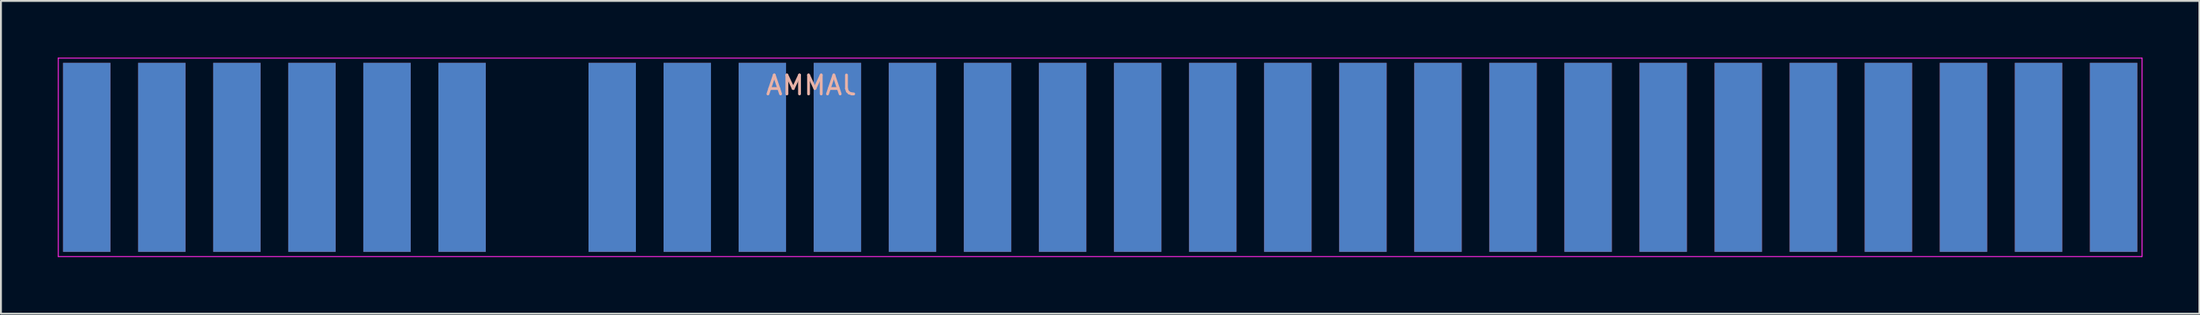
<source format=kicad_pcb>
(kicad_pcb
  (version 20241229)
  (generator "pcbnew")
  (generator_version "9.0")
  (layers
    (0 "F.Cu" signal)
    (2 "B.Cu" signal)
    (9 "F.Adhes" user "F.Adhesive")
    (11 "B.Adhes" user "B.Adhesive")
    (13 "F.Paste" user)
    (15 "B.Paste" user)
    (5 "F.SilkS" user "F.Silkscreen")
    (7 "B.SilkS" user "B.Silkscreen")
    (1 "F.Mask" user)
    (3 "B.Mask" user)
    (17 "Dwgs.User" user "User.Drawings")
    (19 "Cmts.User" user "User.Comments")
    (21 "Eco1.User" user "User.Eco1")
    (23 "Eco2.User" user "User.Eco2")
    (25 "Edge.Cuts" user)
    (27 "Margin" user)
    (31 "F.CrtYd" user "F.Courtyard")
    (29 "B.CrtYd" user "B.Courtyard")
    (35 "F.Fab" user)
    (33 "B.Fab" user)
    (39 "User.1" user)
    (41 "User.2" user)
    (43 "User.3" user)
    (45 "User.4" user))
  (footprint "JAMMA"
    (layer "F.Cu")
    (at 54.985 5.275)
    (property "Reference" "JAMMA" (at -15.24 -3.81 0) (layer "B.SilkS") (effects (font (size 1 1) (thickness 0.15)) (justify mirror)))
    (attr smd)
    (fp_line (start -54.96 -5.25) (end 54.96 -5.25) (stroke (width 0.05) (type solid)) (layer "F.CrtYd"))
    (fp_line (start -54.96 5.25) (end -54.96 -5.25) (stroke (width 0.05) (type solid)) (layer "F.CrtYd"))
    (fp_line (start 54.96 -5.25) (end 54.96 5.25) (stroke (width 0.05) (type solid)) (layer "F.CrtYd"))
    (fp_line (start 54.96 5.25) (end -54.96 5.25) (stroke (width 0.05) (type solid)) (layer "F.CrtYd"))
    (pad "1" smd rect (at -53.46 0) (size 2.5 10) (layers "F.Cu" "F.Mask" "F.Paste"))
    (pad "2" smd rect (at -49.5 0) (size 2.5 10) (layers "F.Cu" "F.Mask" "F.Paste"))
    (pad "3" smd rect (at -45.54 0) (size 2.5 10) (layers "F.Cu" "F.Mask" "F.Paste"))
    (pad "4" smd rect (at -41.58 0) (size 2.5 10) (layers "F.Cu" "F.Mask" "F.Paste"))
    (pad "5" smd rect (at -37.62 0) (size 2.5 10) (layers "F.Cu" "F.Mask" "F.Paste"))
    (pad "6" smd rect (at -33.66 0) (size 2.5 10) (layers "F.Cu" "F.Mask" "F.Paste"))
    (pad "8" smd rect (at -25.74 0) (size 2.5 10) (layers "F.Cu" "F.Mask" "F.Paste"))
    (pad "9" smd rect (at -21.78 0) (size 2.5 10) (layers "F.Cu" "F.Mask" "F.Paste"))
    (pad "10" smd rect (at -17.82 0) (size 2.5 10) (layers "F.Cu" "F.Mask" "F.Paste"))
    (pad "11" smd rect (at -13.86 0) (size 2.5 10) (layers "F.Cu" "F.Mask" "F.Paste"))
    (pad "12" smd rect (at -9.9 0) (size 2.5 10) (layers "F.Cu" "F.Mask" "F.Paste"))
    (pad "13" smd rect (at -5.94 0) (size 2.5 10) (layers "F.Cu" "F.Mask" "F.Paste"))
    (pad "14" smd rect (at -1.98 0) (size 2.5 10) (layers "F.Cu" "F.Mask" "F.Paste"))
    (pad "15" smd rect (at 1.98 0) (size 2.5 10) (layers "F.Cu" "F.Mask" "F.Paste"))
    (pad "16" smd rect (at 5.94 0) (size 2.5 10) (layers "F.Cu" "F.Mask" "F.Paste"))
    (pad "17" smd rect (at 9.9 0) (size 2.5 10) (layers "F.Cu" "F.Mask" "F.Paste"))
    (pad "18" smd rect (at 13.86 0) (size 2.5 10) (layers "F.Cu" "F.Mask" "F.Paste"))
    (pad "19" smd rect (at 17.82 0) (size 2.5 10) (layers "F.Cu" "F.Mask" "F.Paste"))
    (pad "20" smd rect (at 21.78 0) (size 2.5 10) (layers "F.Cu" "F.Mask" "F.Paste"))
    (pad "21" smd rect (at 25.74 0) (size 2.5 10) (layers "F.Cu" "F.Mask" "F.Paste"))
    (pad "22" smd rect (at 29.7 0) (size 2.5 10) (layers "F.Cu" "F.Mask" "F.Paste"))
    (pad "23" smd rect (at 33.66 0) (size 2.5 10) (layers "F.Cu" "F.Mask" "F.Paste"))
    (pad "24" smd rect (at 37.62 0) (size 2.5 10) (layers "F.Cu" "F.Mask" "F.Paste"))
    (pad "25" smd rect (at 41.58 0) (size 2.5 10) (layers "F.Cu" "F.Mask" "F.Paste"))
    (pad "26" smd rect (at 45.54 0) (size 2.5 10) (layers "F.Cu" "F.Mask" "F.Paste"))
    (pad "27" smd rect (at 49.5 0) (size 2.5 10) (layers "F.Cu" "F.Mask" "F.Paste"))
    (pad "28" smd rect (at 53.46 0) (size 2.5 10) (layers "F.Cu" "F.Mask" "F.Paste"))
    (pad "A" smd rect (at -53.46 0) (size 2.5 10) (layers "B.Cu" "B.Mask" "B.Paste"))
    (pad "B" smd rect (at -49.5 0) (size 2.5 10) (layers "B.Cu" "B.Mask" "B.Paste"))
    (pad "C" smd rect (at -45.54 0) (size 2.5 10) (layers "B.Cu" "B.Mask" "B.Paste"))
    (pad "D" smd rect (at -41.58 0) (size 2.5 10) (layers "B.Cu" "B.Mask" "B.Paste"))
    (pad "E" smd rect (at -37.62 0) (size 2.5 10) (layers "B.Cu" "B.Mask" "B.Paste"))
    (pad "F" smd rect (at -33.66 0) (size 2.5 10) (layers "B.Cu" "B.Mask" "B.Paste"))
    (pad "J" smd rect (at -25.74 0) (size 2.5 10) (layers "B.Cu" "B.Mask" "B.Paste"))
    (pad "K" smd rect (at -21.78 0) (size 2.5 10) (layers "B.Cu" "B.Mask" "B.Paste"))
    (pad "L" smd rect (at -17.82 0) (size 2.5 10) (layers "B.Cu" "B.Mask" "B.Paste"))
    (pad "M" smd rect (at -13.86 0) (size 2.5 10) (layers "B.Cu" "B.Mask" "B.Paste"))
    (pad "N" smd rect (at -9.9 0) (size 2.5 10) (layers "B.Cu" "B.Mask" "B.Paste"))
    (pad "P" smd rect (at -5.94 0) (size 2.5 10) (layers "B.Cu" "B.Mask" "B.Paste"))
    (pad "R" smd rect (at -1.98 0) (size 2.5 10) (layers "B.Cu" "B.Mask" "B.Paste"))
    (pad "S" smd rect (at 1.98 0) (size 2.5 10) (layers "B.Cu" "B.Mask" "B.Paste"))
    (pad "T" smd rect (at 5.94 0) (size 2.5 10) (layers "B.Cu" "B.Mask" "B.Paste"))
    (pad "U" smd rect (at 9.9 0) (size 2.5 10) (layers "B.Cu" "B.Mask" "B.Paste"))
    (pad "V" smd rect (at 13.86 0) (size 2.5 10) (layers "B.Cu" "B.Mask" "B.Paste"))
    (pad "W" smd rect (at 17.82 0) (size 2.5 10) (layers "B.Cu" "B.Mask" "B.Paste"))
    (pad "X" smd rect (at 21.78 0) (size 2.5 10) (layers "B.Cu" "B.Mask" "B.Paste"))
    (pad "Y" smd rect (at 25.74 0) (size 2.5 10) (layers "B.Cu" "B.Mask" "B.Paste"))
    (pad "Z" smd rect (at 29.7 0) (size 2.5 10) (layers "B.Cu" "B.Mask" "B.Paste"))
    (pad "a" smd rect (at 33.66 0) (size 2.5 10) (layers "B.Cu" "B.Mask" "B.Paste"))
    (pad "b" smd rect (at 37.62 0) (size 2.5 10) (layers "B.Cu" "B.Mask" "B.Paste"))
    (pad "c" smd rect (at 41.58 0) (size 2.5 10) (layers "B.Cu" "B.Mask" "B.Paste"))
    (pad "d" smd rect (at 45.54 0) (size 2.5 10) (layers "B.Cu" "B.Mask" "B.Paste"))
    (pad "e" smd rect (at 49.5 0) (size 2.5 10) (layers "B.Cu" "B.Mask" "B.Paste"))
    (pad "f" smd rect (at 53.46 0) (size 2.5 10) (layers "B.Cu" "B.Mask" "B.Paste")))
  (gr_rect
    (start -3 -3)
    (end 112.97 13.55)
    (stroke (width 0.1) (type default))
    (fill no)
    (layer "Edge.Cuts")))
</source>
